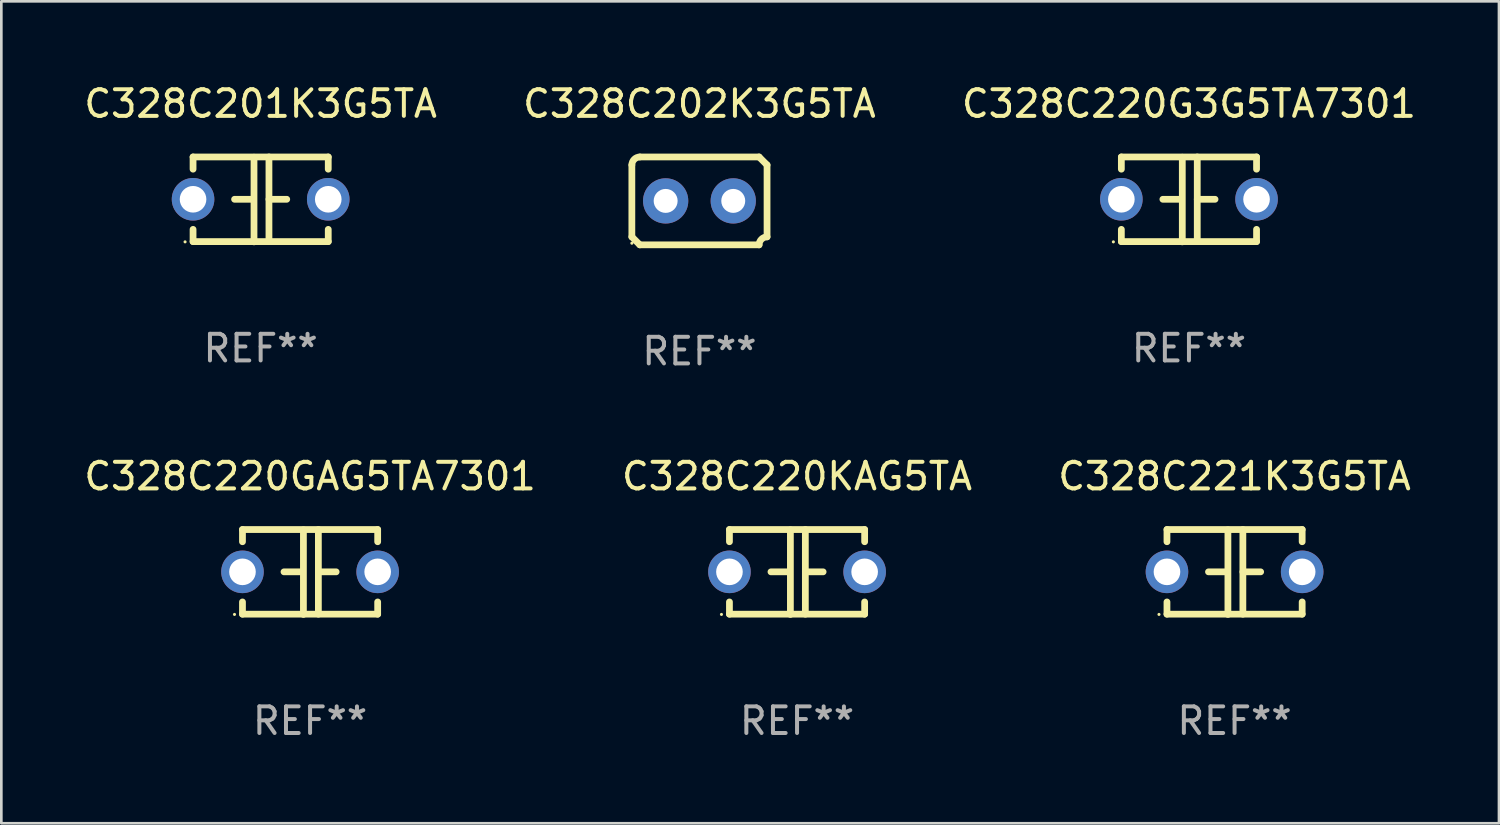
<source format=kicad_pcb>
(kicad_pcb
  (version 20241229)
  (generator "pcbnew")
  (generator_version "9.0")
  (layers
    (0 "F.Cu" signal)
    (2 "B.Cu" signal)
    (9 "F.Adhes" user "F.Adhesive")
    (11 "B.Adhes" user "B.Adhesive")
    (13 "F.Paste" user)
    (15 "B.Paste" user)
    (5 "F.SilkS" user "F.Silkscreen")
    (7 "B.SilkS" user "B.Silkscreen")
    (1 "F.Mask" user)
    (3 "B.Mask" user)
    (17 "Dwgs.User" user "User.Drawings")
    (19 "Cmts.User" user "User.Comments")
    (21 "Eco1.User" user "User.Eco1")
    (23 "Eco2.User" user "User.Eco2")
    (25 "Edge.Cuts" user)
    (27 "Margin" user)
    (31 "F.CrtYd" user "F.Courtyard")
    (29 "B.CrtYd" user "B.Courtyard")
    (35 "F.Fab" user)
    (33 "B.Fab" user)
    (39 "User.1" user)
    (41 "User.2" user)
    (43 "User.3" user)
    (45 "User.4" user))
  (footprint "C328C201K3G5TA"
    (layer "F.Cu")
    (at 6.744 4.443)
    (property "Reference" "C328C201K3G5TA" (at 0 -3.595 0) (layer "F.SilkS") (effects (font (size 1 1) (thickness 0.15))))
    (attr through_hole)
    (fp_line (start -2.54 -1.595) (end -2.54 -1.136) (stroke (width 0.254) (type solid)) (layer "F.SilkS"))
    (fp_line (start -2.54 -1.595) (end 2.54 -1.595) (stroke (width 0.254) (type solid)) (layer "F.SilkS"))
    (fp_line (start -2.54 1.126) (end -2.54 1.585) (stroke (width 0.254) (type solid)) (layer "F.SilkS"))
    (fp_line (start -0.312 -0.005) (end -0.98 -0.005) (stroke (width 0.254) (type solid)) (layer "F.SilkS"))
    (fp_line (start -0.25 -1.585) (end -0.25 1.595) (stroke (width 0.254) (type solid)) (layer "F.SilkS"))
    (fp_line (start 0.312 -1.595) (end 0.312 1.585) (stroke (width 0.254) (type solid)) (layer "F.SilkS"))
    (fp_line (start 0.312 -0.005) (end 0.98 -0.005) (stroke (width 0.254) (type solid)) (layer "F.SilkS"))
    (fp_line (start 2.54 -1.595) (end 2.54 -1.136) (stroke (width 0.254) (type solid)) (layer "F.SilkS"))
    (fp_line (start 2.54 1.126) (end 2.54 1.585) (stroke (width 0.254) (type solid)) (layer "F.SilkS"))
    (fp_line (start 2.54 1.585) (end -2.54 1.585) (stroke (width 0.254) (type solid)) (layer "F.SilkS"))
    (fp_circle (center -2.84 1.595) (end -2.81 1.595) (stroke (width 0.06) (type solid)) (fill no) (layer "F.SilkS"))
    (fp_text user "REF**" (at 0 5.595 0) (layer "F.Fab") (effects (font (size 1 1) (thickness 0.15))))
    (pad "1" thru_hole circle (at -2.54 -0.005) (size 1.6 1.6) (drill 1) (layers "*.Cu" "*.Mask"))
    (pad "2" thru_hole circle (at 2.54 -0.005) (size 1.6 1.6) (drill 1) (layers "*.Cu" "*.Mask")))
  (footprint "C328C220G3G5TA7301"
    (layer "F.Cu")
    (at 41.625 4.443)
    (property "Reference" "C328C220G3G5TA7301" (at 0 -3.595 0) (layer "F.SilkS") (effects (font (size 1 1) (thickness 0.15))))
    (attr through_hole)
    (fp_line (start -2.54 -1.595) (end -2.54 -1.136) (stroke (width 0.254) (type solid)) (layer "F.SilkS"))
    (fp_line (start -2.54 -1.595) (end 2.54 -1.595) (stroke (width 0.254) (type solid)) (layer "F.SilkS"))
    (fp_line (start -2.54 1.126) (end -2.54 1.585) (stroke (width 0.254) (type solid)) (layer "F.SilkS"))
    (fp_line (start -0.312 -0.005) (end -0.98 -0.005) (stroke (width 0.254) (type solid)) (layer "F.SilkS"))
    (fp_line (start -0.25 -1.585) (end -0.25 1.595) (stroke (width 0.254) (type solid)) (layer "F.SilkS"))
    (fp_line (start 0.312 -1.595) (end 0.312 1.585) (stroke (width 0.254) (type solid)) (layer "F.SilkS"))
    (fp_line (start 0.312 -0.005) (end 0.98 -0.005) (stroke (width 0.254) (type solid)) (layer "F.SilkS"))
    (fp_line (start 2.54 -1.595) (end 2.54 -1.136) (stroke (width 0.254) (type solid)) (layer "F.SilkS"))
    (fp_line (start 2.54 1.126) (end 2.54 1.585) (stroke (width 0.254) (type solid)) (layer "F.SilkS"))
    (fp_line (start 2.54 1.585) (end -2.54 1.585) (stroke (width 0.254) (type solid)) (layer "F.SilkS"))
    (fp_circle (center -2.84 1.595) (end -2.81 1.595) (stroke (width 0.06) (type solid)) (fill no) (layer "F.SilkS"))
    (fp_text user "REF**" (at 0 5.595 0) (layer "F.Fab") (effects (font (size 1 1) (thickness 0.15))))
    (pad "1" thru_hole circle (at -2.54 -0.005) (size 1.6 1.6) (drill 1) (layers "*.Cu" "*.Mask"))
    (pad "2" thru_hole circle (at 2.54 -0.005) (size 1.6 1.6) (drill 1) (layers "*.Cu" "*.Mask")))
  (footprint "C328C202K3G5TA"
    (layer "F.Cu")
    (at 23.232 4.499)
    (property "Reference" "C328C202K3G5TA" (at 0 -3.651 0) (layer "F.SilkS") (effects (font (size 1 1) (thickness 0.15))))
    (attr through_hole)
    (fp_line (start -2.54 -1.351) (end -2.54 1.351) (stroke (width 0.254) (type solid)) (layer "F.SilkS"))
    (fp_line (start -2.24 -1.651) (end 2.24 -1.651) (stroke (width 0.254) (type solid)) (layer "F.SilkS"))
    (fp_line (start 2.24 1.651) (end -2.24 1.651) (stroke (width 0.254) (type solid)) (layer "F.SilkS"))
    (fp_line (start 2.54 1.351) (end 2.54 -1.351) (stroke (width 0.254) (type solid)) (layer "F.SilkS"))
    (fp_arc (start -2.540005 -1.351283) (mid -2.450115 -1.561309) (end -2.240005 -1.651003) (stroke (width 0.254001) (type solid)) (layer "F.SilkS"))
    (fp_arc (start -2.240287 1.651001) (mid -2.390163 1.501019) (end -2.540005 1.351003) (stroke (width 0.254001) (type solid)) (layer "F.SilkS"))
    (fp_arc (start 2.240005 1.651003) (mid 2.329934 1.441015) (end 2.540005 1.351282) (stroke (width 0.254001) (type solid)) (layer "F.SilkS"))
    (fp_arc (start 2.540005 -1.351003) (mid 2.389393 -1.500252) (end 2.240284 -1.651003) (stroke (width 0.254001) (type solid)) (layer "F.SilkS"))
    (fp_circle (center -2.54 1.59) (end -2.51 1.59) (stroke (width 0.06) (type solid)) (fill no) (layer "F.SilkS"))
    (fp_text user "REF**" (at 0 5.651 0) (layer "F.Fab") (effects (font (size 1 1) (thickness 0.15))))
    (pad "1" thru_hole circle (at -1.27 0) (size 1.7 1.7) (drill 0.9) (layers "*.Cu" "*.Mask"))
    (pad "2" thru_hole circle (at 1.27 0) (size 1.7 1.7) (drill 0.9) (layers "*.Cu" "*.Mask")))
  (footprint "C328C221K3G5TA"
    (layer "F.Cu")
    (at 43.339 18.442)
    (property "Reference" "C328C221K3G5TA" (at 0 -3.595 0) (layer "F.SilkS") (effects (font (size 1 1) (thickness 0.15))))
    (attr through_hole)
    (fp_line (start -2.54 -1.595) (end -2.54 -1.136) (stroke (width 0.254) (type solid)) (layer "F.SilkS"))
    (fp_line (start -2.54 -1.595) (end 2.54 -1.595) (stroke (width 0.254) (type solid)) (layer "F.SilkS"))
    (fp_line (start -2.54 1.126) (end -2.54 1.585) (stroke (width 0.254) (type solid)) (layer "F.SilkS"))
    (fp_line (start -0.312 -0.005) (end -0.98 -0.005) (stroke (width 0.254) (type solid)) (layer "F.SilkS"))
    (fp_line (start -0.25 -1.585) (end -0.25 1.595) (stroke (width 0.254) (type solid)) (layer "F.SilkS"))
    (fp_line (start 0.312 -1.595) (end 0.312 1.585) (stroke (width 0.254) (type solid)) (layer "F.SilkS"))
    (fp_line (start 0.312 -0.005) (end 0.98 -0.005) (stroke (width 0.254) (type solid)) (layer "F.SilkS"))
    (fp_line (start 2.54 -1.595) (end 2.54 -1.136) (stroke (width 0.254) (type solid)) (layer "F.SilkS"))
    (fp_line (start 2.54 1.126) (end 2.54 1.585) (stroke (width 0.254) (type solid)) (layer "F.SilkS"))
    (fp_line (start 2.54 1.585) (end -2.54 1.585) (stroke (width 0.254) (type solid)) (layer "F.SilkS"))
    (fp_circle (center -2.84 1.595) (end -2.81 1.595) (stroke (width 0.06) (type solid)) (fill no) (layer "F.SilkS"))
    (fp_text user "REF**" (at 0 5.595 0) (layer "F.Fab") (effects (font (size 1 1) (thickness 0.15))))
    (pad "1" thru_hole circle (at -2.54 -0.005) (size 1.6 1.6) (drill 1) (layers "*.Cu" "*.Mask"))
    (pad "2" thru_hole circle (at 2.54 -0.005) (size 1.6 1.6) (drill 1) (layers "*.Cu" "*.Mask")))
  (footprint "C328C220GAG5TA7301"
    (layer "F.Cu")
    (at 8.601 18.442)
    (property "Reference" "C328C220GAG5TA7301" (at 0 -3.595 0) (layer "F.SilkS") (effects (font (size 1 1) (thickness 0.15))))
    (attr through_hole)
    (fp_line (start -2.54 -1.595) (end -2.54 -1.136) (stroke (width 0.254) (type solid)) (layer "F.SilkS"))
    (fp_line (start -2.54 -1.595) (end 2.54 -1.595) (stroke (width 0.254) (type solid)) (layer "F.SilkS"))
    (fp_line (start -2.54 1.126) (end -2.54 1.585) (stroke (width 0.254) (type solid)) (layer "F.SilkS"))
    (fp_line (start -0.312 -0.005) (end -0.98 -0.005) (stroke (width 0.254) (type solid)) (layer "F.SilkS"))
    (fp_line (start -0.25 -1.585) (end -0.25 1.595) (stroke (width 0.254) (type solid)) (layer "F.SilkS"))
    (fp_line (start 0.312 -1.595) (end 0.312 1.585) (stroke (width 0.254) (type solid)) (layer "F.SilkS"))
    (fp_line (start 0.312 -0.005) (end 0.98 -0.005) (stroke (width 0.254) (type solid)) (layer "F.SilkS"))
    (fp_line (start 2.54 -1.595) (end 2.54 -1.136) (stroke (width 0.254) (type solid)) (layer "F.SilkS"))
    (fp_line (start 2.54 1.126) (end 2.54 1.585) (stroke (width 0.254) (type solid)) (layer "F.SilkS"))
    (fp_line (start 2.54 1.585) (end -2.54 1.585) (stroke (width 0.254) (type solid)) (layer "F.SilkS"))
    (fp_circle (center -2.84 1.595) (end -2.81 1.595) (stroke (width 0.06) (type solid)) (fill no) (layer "F.SilkS"))
    (fp_text user "REF**" (at 0 5.595 0) (layer "F.Fab") (effects (font (size 1 1) (thickness 0.15))))
    (pad "1" thru_hole circle (at -2.54 -0.005) (size 1.6 1.6) (drill 1) (layers "*.Cu" "*.Mask"))
    (pad "2" thru_hole circle (at 2.54 -0.005) (size 1.6 1.6) (drill 1) (layers "*.Cu" "*.Mask")))
  (footprint "C328C220KAG5TA"
    (layer "F.Cu")
    (at 26.899 18.442)
    (property "Reference" "C328C220KAG5TA" (at 0 -3.595 0) (layer "F.SilkS") (effects (font (size 1 1) (thickness 0.15))))
    (attr through_hole)
    (fp_line (start -2.54 -1.595) (end -2.54 -1.136) (stroke (width 0.254) (type solid)) (layer "F.SilkS"))
    (fp_line (start -2.54 -1.595) (end 2.54 -1.595) (stroke (width 0.254) (type solid)) (layer "F.SilkS"))
    (fp_line (start -2.54 1.126) (end -2.54 1.585) (stroke (width 0.254) (type solid)) (layer "F.SilkS"))
    (fp_line (start -0.312 -0.005) (end -0.98 -0.005) (stroke (width 0.254) (type solid)) (layer "F.SilkS"))
    (fp_line (start -0.25 -1.585) (end -0.25 1.595) (stroke (width 0.254) (type solid)) (layer "F.SilkS"))
    (fp_line (start 0.312 -1.595) (end 0.312 1.585) (stroke (width 0.254) (type solid)) (layer "F.SilkS"))
    (fp_line (start 0.312 -0.005) (end 0.98 -0.005) (stroke (width 0.254) (type solid)) (layer "F.SilkS"))
    (fp_line (start 2.54 -1.595) (end 2.54 -1.136) (stroke (width 0.254) (type solid)) (layer "F.SilkS"))
    (fp_line (start 2.54 1.126) (end 2.54 1.585) (stroke (width 0.254) (type solid)) (layer "F.SilkS"))
    (fp_line (start 2.54 1.585) (end -2.54 1.585) (stroke (width 0.254) (type solid)) (layer "F.SilkS"))
    (fp_circle (center -2.84 1.595) (end -2.81 1.595) (stroke (width 0.06) (type solid)) (fill no) (layer "F.SilkS"))
    (fp_text user "REF**" (at 0 5.595 0) (layer "F.Fab") (effects (font (size 1 1) (thickness 0.15))))
    (pad "1" thru_hole circle (at -2.54 -0.005) (size 1.6 1.6) (drill 1) (layers "*.Cu" "*.Mask"))
    (pad "2" thru_hole circle (at 2.54 -0.005) (size 1.6 1.6) (drill 1) (layers "*.Cu" "*.Mask")))
  (gr_rect
    (start -3 -3)
    (end 53.274 27.885)
    (stroke (width 0.1) (type default))
    (fill no)
    (layer "Edge.Cuts")))
</source>
